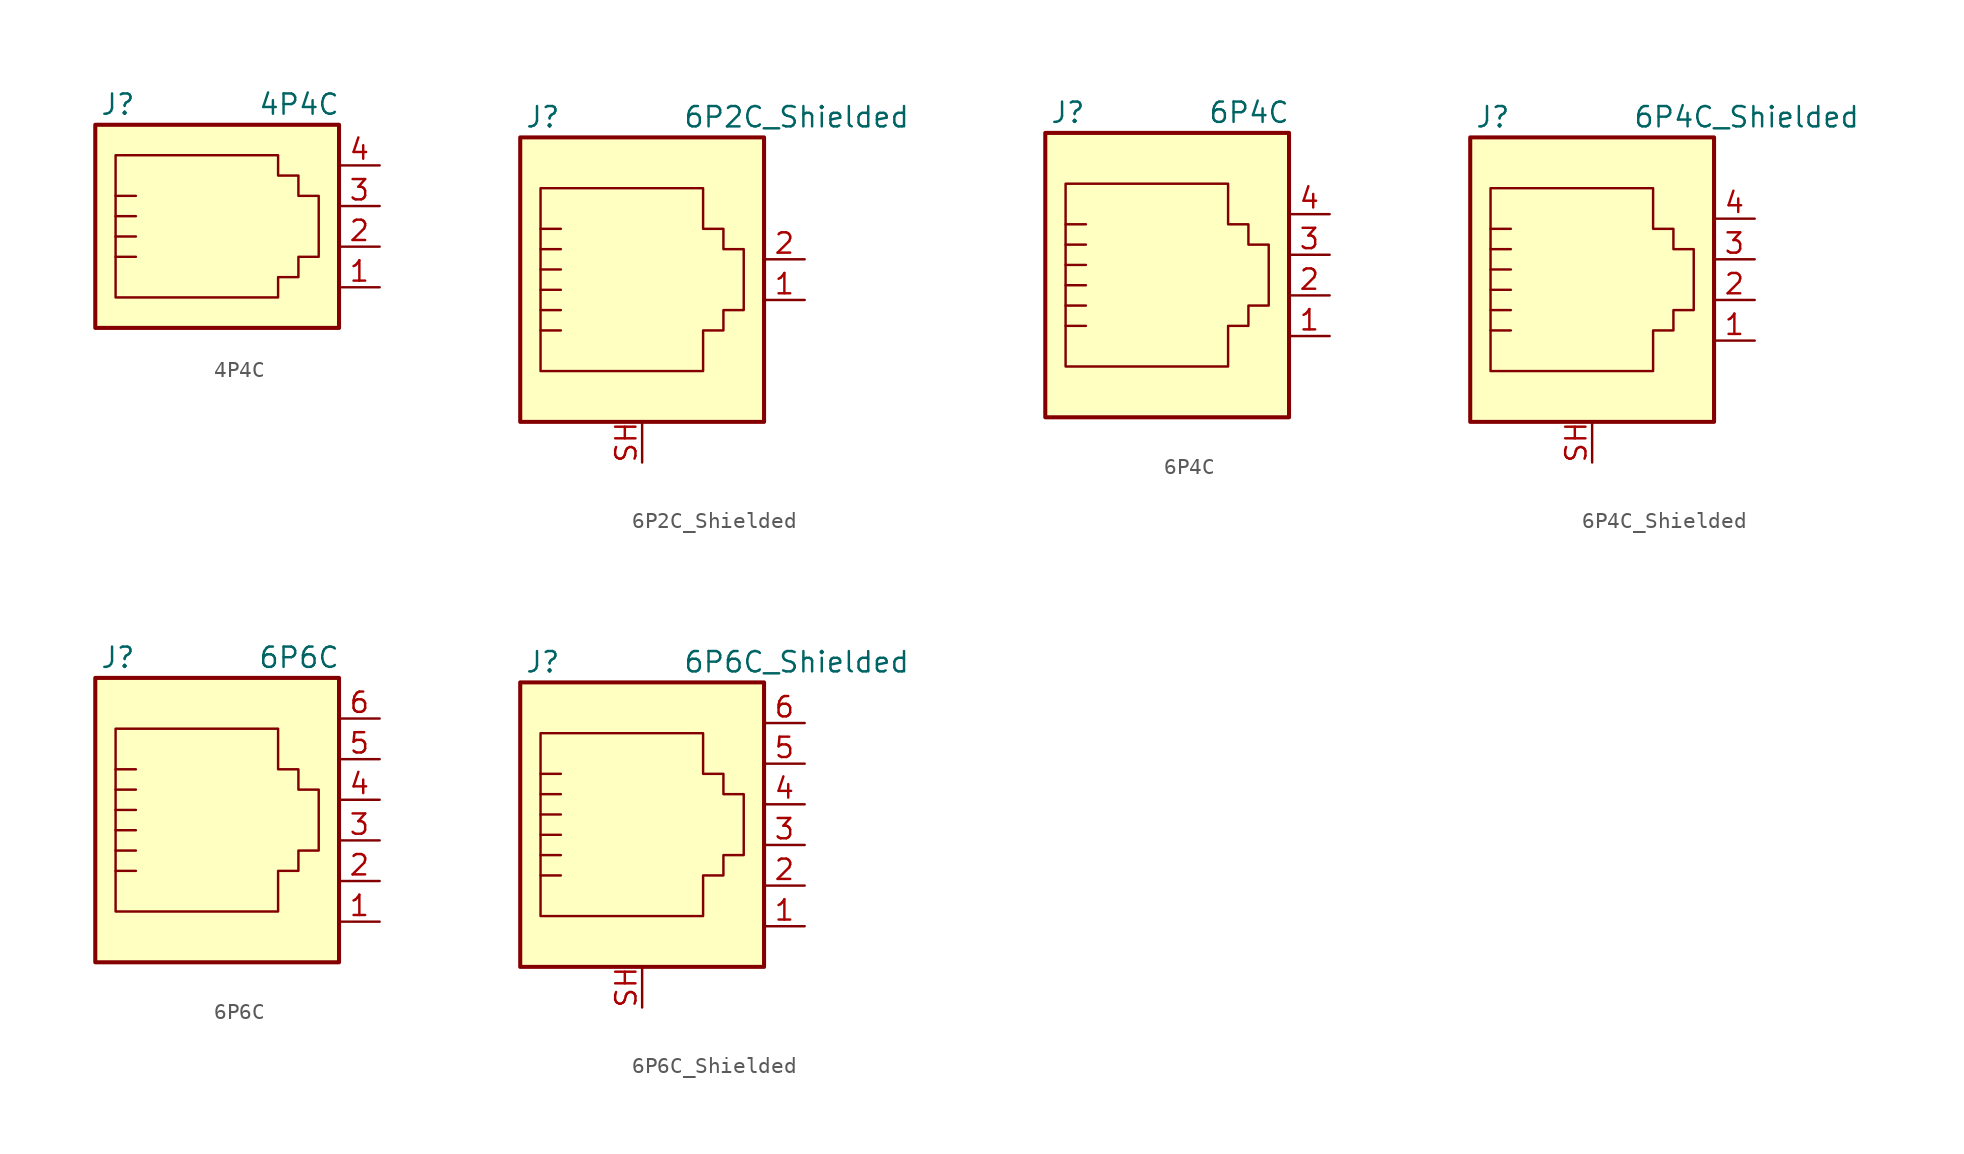
<source format=kicad_sym>
(kicad_symbol_lib
  (version 20200908)
  (generator kicad_symbol_editor)
  (symbol "Connector:4P4C"
    (pin_names
      (offset 1.016))
    (property "Reference" "J"
      (at -5.08 8.89 0)
      (effects (font (size 1.27 1.27)) (justify right)))
    (property "Value" "4P4C"
      (at 2.54 8.89 0)
      (effects (font (size 1.27 1.27)) (justify left)))
    (symbol "4P4C_0_1"
      (rectangle (start 7.62 7.62) (end -7.62 -5.08) (stroke (width 0.254)) (fill (type background)))
      (polyline (pts (xy -6.35 -0.635) (xy -5.08 -0.635) (xy -5.08 -0.635)) (stroke (width 0)) (fill (type none)))
      (polyline (pts (xy -6.35 0.635) (xy -5.08 0.635) (xy -5.08 0.635)) (stroke (width 0)) (fill (type none)))
      (polyline (pts (xy -6.35 1.905) (xy -5.08 1.905) (xy -5.08 1.905)) (stroke (width 0)) (fill (type none)))
      (polyline (pts (xy -6.35 3.175) (xy -5.08 3.175) (xy -5.08 3.175)) (stroke (width 0)) (fill (type none)))
      (polyline (pts (xy -6.35 -3.175) (xy -6.35 5.715) (xy -1.27 5.715) (xy 3.81 5.715) (xy 3.81 4.445) (xy 5.08 4.445) (xy 5.08 3.175) (xy 6.35 3.175) (xy 6.35 -0.635) (xy 5.08 -0.635) (xy 5.08 -1.905) (xy 3.81 -1.905) (xy 3.81 -3.175) (xy -6.35 -3.175) (xy -6.35 -3.175)) (stroke (width 0)) (fill (type none))))
    (symbol "4P4C_1_1"
      (pin passive line (at 10.16 -2.54 180) (length 2.54) (name "~" (effects (font (size 1.27 1.27)))) (number "1" (effects (font (size 1.27 1.27)))))
      (pin passive line (at 10.16 0 180) (length 2.54) (name "~" (effects (font (size 1.27 1.27)))) (number "2" (effects (font (size 1.27 1.27)))))
      (pin passive line (at 10.16 2.54 180) (length 2.54) (name "~" (effects (font (size 1.27 1.27)))) (number "3" (effects (font (size 1.27 1.27)))))
      (pin passive line (at 10.16 5.08 180) (length 2.54) (name "~" (effects (font (size 1.27 1.27)))) (number "4" (effects (font (size 1.27 1.27)))))))
  (symbol "Connector:6P2C_Shielded"
    (pin_names
      (offset 1.016))
    (property "Reference" "J"
      (at -5.08 11.43 0)
      (effects (font (size 1.27 1.27)) (justify right)))
    (property "Value" "6P2C_Shielded"
      (at 2.54 11.43 0)
      (effects (font (size 1.27 1.27)) (justify left)))
    (symbol "6P2C_Shielded_0_1"
      (rectangle (start 7.62 10.16) (end -7.62 -7.62) (stroke (width 0.254)) (fill (type background)))
      (polyline (pts (xy -6.35 -1.905) (xy -5.08 -1.905) (xy -5.08 -1.905)) (stroke (width 0)) (fill (type none)))
      (polyline (pts (xy -6.35 -0.635) (xy -5.08 -0.635) (xy -5.08 -0.635)) (stroke (width 0)) (fill (type none)))
      (polyline (pts (xy -6.35 0.635) (xy -5.08 0.635) (xy -5.08 0.635)) (stroke (width 0)) (fill (type none)))
      (polyline (pts (xy -6.35 1.905) (xy -5.08 1.905) (xy -5.08 1.905)) (stroke (width 0)) (fill (type none)))
      (polyline (pts (xy -6.35 3.175) (xy -5.08 3.175) (xy -5.08 3.175)) (stroke (width 0)) (fill (type none)))
      (polyline (pts (xy -5.08 4.445) (xy -6.35 4.445) (xy -6.35 4.445)) (stroke (width 0)) (fill (type none)))
      (polyline (pts (xy -6.35 -4.445) (xy -6.35 6.985) (xy 3.81 6.985) (xy 3.81 4.445) (xy 5.08 4.445) (xy 5.08 3.175) (xy 6.35 3.175) (xy 6.35 -0.635) (xy 5.08 -0.635) (xy 5.08 -1.905) (xy 3.81 -1.905) (xy 3.81 -4.445) (xy -6.35 -4.445) (xy -6.35 -4.445)) (stroke (width 0)) (fill (type none))))
    (symbol "6P2C_Shielded_1_1"
      (pin passive line (at 10.16 0 180) (length 2.54) (name "~" (effects (font (size 1.27 1.27)))) (number "1" (effects (font (size 1.27 1.27)))))
      (pin passive line (at 10.16 2.54 180) (length 2.54) (name "~" (effects (font (size 1.27 1.27)))) (number "2" (effects (font (size 1.27 1.27)))))
      (pin passive line (at 0 -10.16 90) (length 2.54) (name "~" (effects (font (size 1.27 1.27)))) (number "SH" (effects (font (size 1.27 1.27)))))))
  (symbol "Connector:6P4C"
    (pin_names
      (offset 1.016))
    (property "Reference" "J"
      (at -5.08 11.43 0)
      (effects (font (size 1.27 1.27)) (justify right)))
    (property "Value" "6P4C"
      (at 2.54 11.43 0)
      (effects (font (size 1.27 1.27)) (justify left)))
    (symbol "6P4C_0_1"
      (rectangle (start 7.62 10.16) (end -7.62 -7.62) (stroke (width 0.254)) (fill (type background)))
      (polyline (pts (xy -6.35 -1.905) (xy -5.08 -1.905) (xy -5.08 -1.905)) (stroke (width 0)) (fill (type none)))
      (polyline (pts (xy -6.35 -0.635) (xy -5.08 -0.635) (xy -5.08 -0.635)) (stroke (width 0)) (fill (type none)))
      (polyline (pts (xy -6.35 0.635) (xy -5.08 0.635) (xy -5.08 0.635)) (stroke (width 0)) (fill (type none)))
      (polyline (pts (xy -6.35 1.905) (xy -5.08 1.905) (xy -5.08 1.905)) (stroke (width 0)) (fill (type none)))
      (polyline (pts (xy -6.35 3.175) (xy -5.08 3.175) (xy -5.08 3.175)) (stroke (width 0)) (fill (type none)))
      (polyline (pts (xy -5.08 4.445) (xy -6.35 4.445) (xy -6.35 4.445)) (stroke (width 0)) (fill (type none)))
      (polyline (pts (xy -6.35 -4.445) (xy -6.35 6.985) (xy 3.81 6.985) (xy 3.81 4.445) (xy 5.08 4.445) (xy 5.08 3.175) (xy 6.35 3.175) (xy 6.35 -0.635) (xy 5.08 -0.635) (xy 5.08 -1.905) (xy 3.81 -1.905) (xy 3.81 -4.445) (xy -6.35 -4.445) (xy -6.35 -4.445)) (stroke (width 0)) (fill (type none))))
    (symbol "6P4C_1_1"
      (pin passive line (at 10.16 -2.54 180) (length 2.54) (name "~" (effects (font (size 1.27 1.27)))) (number "1" (effects (font (size 1.27 1.27)))))
      (pin passive line (at 10.16 0 180) (length 2.54) (name "~" (effects (font (size 1.27 1.27)))) (number "2" (effects (font (size 1.27 1.27)))))
      (pin passive line (at 10.16 2.54 180) (length 2.54) (name "~" (effects (font (size 1.27 1.27)))) (number "3" (effects (font (size 1.27 1.27)))))
      (pin passive line (at 10.16 5.08 180) (length 2.54) (name "~" (effects (font (size 1.27 1.27)))) (number "4" (effects (font (size 1.27 1.27)))))))
  (symbol "Connector:6P4C_Shielded"
    (pin_names
      (offset 1.016))
    (property "Reference" "J"
      (at -5.08 11.43 0)
      (effects (font (size 1.27 1.27)) (justify right)))
    (property "Value" "6P4C_Shielded"
      (at 2.54 11.43 0)
      (effects (font (size 1.27 1.27)) (justify left)))
    (symbol "6P4C_Shielded_0_1"
      (rectangle (start 7.62 10.16) (end -7.62 -7.62) (stroke (width 0.254)) (fill (type background)))
      (polyline (pts (xy -6.35 -1.905) (xy -5.08 -1.905) (xy -5.08 -1.905)) (stroke (width 0)) (fill (type none)))
      (polyline (pts (xy -6.35 -0.635) (xy -5.08 -0.635) (xy -5.08 -0.635)) (stroke (width 0)) (fill (type none)))
      (polyline (pts (xy -6.35 0.635) (xy -5.08 0.635) (xy -5.08 0.635)) (stroke (width 0)) (fill (type none)))
      (polyline (pts (xy -6.35 1.905) (xy -5.08 1.905) (xy -5.08 1.905)) (stroke (width 0)) (fill (type none)))
      (polyline (pts (xy -6.35 3.175) (xy -5.08 3.175) (xy -5.08 3.175)) (stroke (width 0)) (fill (type none)))
      (polyline (pts (xy -5.08 4.445) (xy -6.35 4.445) (xy -6.35 4.445)) (stroke (width 0)) (fill (type none)))
      (polyline (pts (xy -6.35 -4.445) (xy -6.35 6.985) (xy 3.81 6.985) (xy 3.81 4.445) (xy 5.08 4.445) (xy 5.08 3.175) (xy 6.35 3.175) (xy 6.35 -0.635) (xy 5.08 -0.635) (xy 5.08 -1.905) (xy 3.81 -1.905) (xy 3.81 -4.445) (xy -6.35 -4.445) (xy -6.35 -4.445)) (stroke (width 0)) (fill (type none))))
    (symbol "6P4C_Shielded_1_1"
      (pin passive line (at 10.16 -2.54 180) (length 2.54) (name "~" (effects (font (size 1.27 1.27)))) (number "1" (effects (font (size 1.27 1.27)))))
      (pin passive line (at 10.16 0 180) (length 2.54) (name "~" (effects (font (size 1.27 1.27)))) (number "2" (effects (font (size 1.27 1.27)))))
      (pin passive line (at 10.16 2.54 180) (length 2.54) (name "~" (effects (font (size 1.27 1.27)))) (number "3" (effects (font (size 1.27 1.27)))))
      (pin passive line (at 10.16 5.08 180) (length 2.54) (name "~" (effects (font (size 1.27 1.27)))) (number "4" (effects (font (size 1.27 1.27)))))
      (pin passive line (at 0 -10.16 90) (length 2.54) (name "~" (effects (font (size 1.27 1.27)))) (number "SH" (effects (font (size 1.27 1.27)))))))
  (symbol "Connector:6P6C"
    (pin_names
      (offset 1.016))
    (property "Reference" "J"
      (at -5.08 11.43 0)
      (effects (font (size 1.27 1.27)) (justify right)))
    (property "Value" "6P6C"
      (at 2.54 11.43 0)
      (effects (font (size 1.27 1.27)) (justify left)))
    (symbol "6P6C_0_1"
      (rectangle (start 7.62 10.16) (end -7.62 -7.62) (stroke (width 0.254)) (fill (type background)))
      (polyline (pts (xy -6.35 -1.905) (xy -5.08 -1.905) (xy -5.08 -1.905)) (stroke (width 0)) (fill (type none)))
      (polyline (pts (xy -6.35 -0.635) (xy -5.08 -0.635) (xy -5.08 -0.635)) (stroke (width 0)) (fill (type none)))
      (polyline (pts (xy -6.35 0.635) (xy -5.08 0.635) (xy -5.08 0.635)) (stroke (width 0)) (fill (type none)))
      (polyline (pts (xy -6.35 1.905) (xy -5.08 1.905) (xy -5.08 1.905)) (stroke (width 0)) (fill (type none)))
      (polyline (pts (xy -6.35 3.175) (xy -5.08 3.175) (xy -5.08 3.175)) (stroke (width 0)) (fill (type none)))
      (polyline (pts (xy -5.08 4.445) (xy -6.35 4.445) (xy -6.35 4.445)) (stroke (width 0)) (fill (type none)))
      (polyline (pts (xy -6.35 -4.445) (xy -6.35 6.985) (xy 3.81 6.985) (xy 3.81 4.445) (xy 5.08 4.445) (xy 5.08 3.175) (xy 6.35 3.175) (xy 6.35 -0.635) (xy 5.08 -0.635) (xy 5.08 -1.905) (xy 3.81 -1.905) (xy 3.81 -4.445) (xy -6.35 -4.445) (xy -6.35 -4.445)) (stroke (width 0)) (fill (type none))))
    (symbol "6P6C_1_1"
      (pin passive line (at 10.16 -5.08 180) (length 2.54) (name "~" (effects (font (size 1.27 1.27)))) (number "1" (effects (font (size 1.27 1.27)))))
      (pin passive line (at 10.16 -2.54 180) (length 2.54) (name "~" (effects (font (size 1.27 1.27)))) (number "2" (effects (font (size 1.27 1.27)))))
      (pin passive line (at 10.16 0 180) (length 2.54) (name "~" (effects (font (size 1.27 1.27)))) (number "3" (effects (font (size 1.27 1.27)))))
      (pin passive line (at 10.16 2.54 180) (length 2.54) (name "~" (effects (font (size 1.27 1.27)))) (number "4" (effects (font (size 1.27 1.27)))))
      (pin passive line (at 10.16 5.08 180) (length 2.54) (name "~" (effects (font (size 1.27 1.27)))) (number "5" (effects (font (size 1.27 1.27)))))
      (pin passive line (at 10.16 7.62 180) (length 2.54) (name "~" (effects (font (size 1.27 1.27)))) (number "6" (effects (font (size 1.27 1.27)))))))
  (symbol "Connector:6P6C_Shielded"
    (pin_names
      (offset 1.016))
    (property "Reference" "J"
      (at -5.08 11.43 0)
      (effects (font (size 1.27 1.27)) (justify right)))
    (property "Value" "6P6C_Shielded"
      (at 2.54 11.43 0)
      (effects (font (size 1.27 1.27)) (justify left)))
    (symbol "6P6C_Shielded_0_1"
      (rectangle (start 7.62 10.16) (end -7.62 -7.62) (stroke (width 0.254)) (fill (type background)))
      (polyline (pts (xy -6.35 -1.905) (xy -5.08 -1.905) (xy -5.08 -1.905)) (stroke (width 0)) (fill (type none)))
      (polyline (pts (xy -6.35 -0.635) (xy -5.08 -0.635) (xy -5.08 -0.635)) (stroke (width 0)) (fill (type none)))
      (polyline (pts (xy -6.35 0.635) (xy -5.08 0.635) (xy -5.08 0.635)) (stroke (width 0)) (fill (type none)))
      (polyline (pts (xy -6.35 1.905) (xy -5.08 1.905) (xy -5.08 1.905)) (stroke (width 0)) (fill (type none)))
      (polyline (pts (xy -6.35 3.175) (xy -5.08 3.175) (xy -5.08 3.175)) (stroke (width 0)) (fill (type none)))
      (polyline (pts (xy -5.08 4.445) (xy -6.35 4.445) (xy -6.35 4.445)) (stroke (width 0)) (fill (type none)))
      (polyline (pts (xy -6.35 -4.445) (xy -6.35 6.985) (xy 3.81 6.985) (xy 3.81 4.445) (xy 5.08 4.445) (xy 5.08 3.175) (xy 6.35 3.175) (xy 6.35 -0.635) (xy 5.08 -0.635) (xy 5.08 -1.905) (xy 3.81 -1.905) (xy 3.81 -4.445) (xy -6.35 -4.445) (xy -6.35 -4.445)) (stroke (width 0)) (fill (type none))))
    (symbol "6P6C_Shielded_1_1"
      (pin passive line (at 10.16 -5.08 180) (length 2.54) (name "~" (effects (font (size 1.27 1.27)))) (number "1" (effects (font (size 1.27 1.27)))))
      (pin passive line (at 10.16 -2.54 180) (length 2.54) (name "~" (effects (font (size 1.27 1.27)))) (number "2" (effects (font (size 1.27 1.27)))))
      (pin passive line (at 10.16 0 180) (length 2.54) (name "~" (effects (font (size 1.27 1.27)))) (number "3" (effects (font (size 1.27 1.27)))))
      (pin passive line (at 10.16 2.54 180) (length 2.54) (name "~" (effects (font (size 1.27 1.27)))) (number "4" (effects (font (size 1.27 1.27)))))
      (pin passive line (at 10.16 5.08 180) (length 2.54) (name "~" (effects (font (size 1.27 1.27)))) (number "5" (effects (font (size 1.27 1.27)))))
      (pin passive line (at 10.16 7.62 180) (length 2.54) (name "~" (effects (font (size 1.27 1.27)))) (number "6" (effects (font (size 1.27 1.27)))))
      (pin passive line (at 0 -10.16 90) (length 2.54) (name "~" (effects (font (size 1.27 1.27)))) (number "SH" (effects (font (size 1.27 1.27))))))))
</source>
